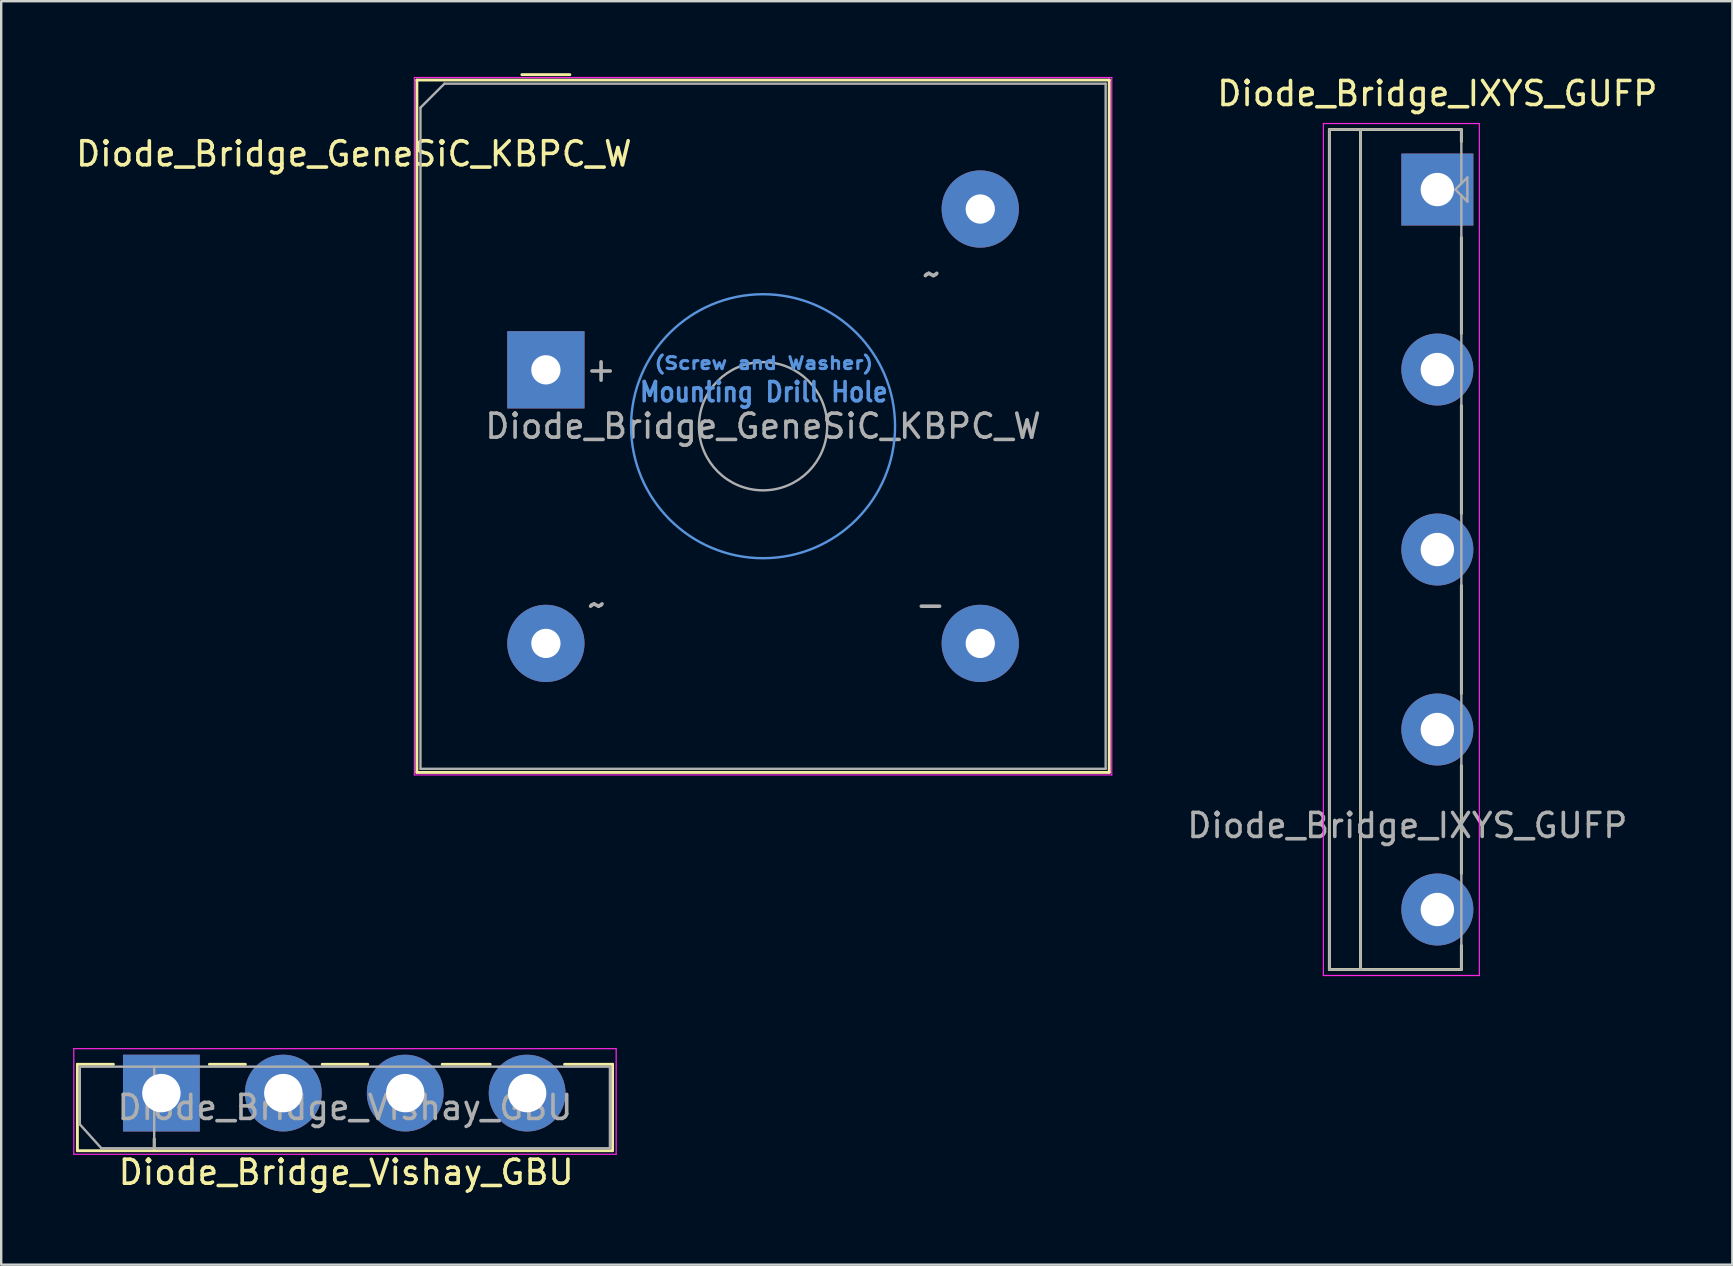
<source format=kicad_pcb>
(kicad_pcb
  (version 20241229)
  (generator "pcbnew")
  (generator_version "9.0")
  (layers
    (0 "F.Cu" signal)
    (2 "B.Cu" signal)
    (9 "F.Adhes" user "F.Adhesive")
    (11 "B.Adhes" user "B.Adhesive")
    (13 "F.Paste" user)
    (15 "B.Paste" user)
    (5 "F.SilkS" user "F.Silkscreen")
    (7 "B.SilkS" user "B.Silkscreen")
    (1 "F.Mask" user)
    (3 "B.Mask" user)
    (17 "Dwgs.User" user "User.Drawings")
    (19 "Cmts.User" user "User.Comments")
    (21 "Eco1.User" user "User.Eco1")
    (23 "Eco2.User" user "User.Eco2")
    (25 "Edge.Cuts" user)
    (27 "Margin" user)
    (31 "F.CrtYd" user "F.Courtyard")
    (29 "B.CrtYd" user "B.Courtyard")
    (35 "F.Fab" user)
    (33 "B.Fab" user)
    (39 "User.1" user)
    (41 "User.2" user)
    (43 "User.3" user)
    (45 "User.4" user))
  (footprint "Diode_Bridge_GeneSiC_KBPC_W"
    (layer "F.Cu")
    (at 19.696 12.36)
    (property "Reference" "Diode_Bridge_GeneSiC_KBPC_W" (at -8 -9 0) (layer "F.SilkS") (effects (font (size 1 1) (thickness 0.15))))
    (attr through_hole)
    (fp_line (start -5.375 -12.075) (end 23.475 -12.075) (stroke (width 0.12) (type solid)) (layer "F.SilkS"))
    (fp_line (start -5.375 16.775) (end -5.375 -12.075) (stroke (width 0.12) (type solid)) (layer "F.SilkS"))
    (fp_line (start -1 -12.3) (end 1 -12.3) (stroke (width 0.12) (type solid)) (layer "F.SilkS"))
    (fp_line (start 23.475 -12.075) (end 23.475 16.775) (stroke (width 0.12) (type solid)) (layer "F.SilkS"))
    (fp_line (start 23.475 16.775) (end -5.375 16.775) (stroke (width 0.12) (type solid)) (layer "F.SilkS"))
    (fp_circle (center 9.05 2.35) (end 14.55 2.35) (stroke (width 0.1) (type solid)) (fill no) (layer "Cmts.User"))
    (fp_line (start -5.48 -12.18) (end 23.58 -12.18) (stroke (width 0.05) (type solid)) (layer "F.CrtYd"))
    (fp_line (start -5.48 16.88) (end -5.48 -12.18) (stroke (width 0.05) (type solid)) (layer "F.CrtYd"))
    (fp_line (start 23.58 -12.18) (end 23.58 16.88) (stroke (width 0.05) (type solid)) (layer "F.CrtYd"))
    (fp_line (start 23.58 16.88) (end -5.48 16.88) (stroke (width 0.05) (type solid)) (layer "F.CrtYd"))
    (fp_line (start -5.225 16.625) (end -5.225 -10.925) (stroke (width 0.1) (type solid)) (layer "F.Fab"))
    (fp_line (start -5.225 16.625) (end 23.325 16.625) (stroke (width 0.1) (type solid)) (layer "F.Fab"))
    (fp_line (start -4.225 -11.925) (end -5.225 -10.925) (stroke (width 0.1) (type solid)) (layer "F.Fab"))
    (fp_line (start -4.225 -11.925) (end 23.325 -11.925) (stroke (width 0.1) (type solid)) (layer "F.Fab"))
    (fp_line (start 23.325 -11.925) (end 23.325 16.625) (stroke (width 0.1) (type solid)) (layer "F.Fab"))
    (fp_circle (center 9.05 2.35) (end 11.722 2.35) (stroke (width 0.1) (type solid)) (fill no) (layer "F.Fab"))
    (fp_text user "(Screw and Washer)" (at 9.083 -0.275 0) (unlocked yes) (layer "Cmts.User") (effects (font (size 0.5 0.6) (thickness 0.125))))
    (fp_text user "Mounting Drill Hole" (at 9.083 0.925 0) (unlocked yes) (layer "Cmts.User") (effects (font (size 0.8 0.7) (thickness 0.15))))
    (fp_text user "~" (at 16.075 -4 0) (unlocked yes) (layer "F.Fab") (effects (font (size 1 1) (thickness 0.15))))
    (fp_text user "+" (at 2.3 -0.025 0) (unlocked yes) (layer "F.Fab") (effects (font (size 1 1) (thickness 0.15))))
    (fp_text user "~" (at 2.125 9.775 0) (unlocked yes) (layer "F.Fab") (effects (font (size 1 1) (thickness 0.15))))
    (fp_text user "${REFERENCE}" (at 9.05 2.35 0) (layer "F.Fab") (effects (font (size 1 1) (thickness 0.15))))
    (fp_text user "-" (at 16.025 9.775 0) (unlocked yes) (layer "F.Fab") (effects (font (size 1 1) (thickness 0.15))))
    (pad "1" thru_hole rect (at 0 0 180) (size 3.22 3.22) (drill 1.22) (layers "*.Cu" "*.Mask"))
    (pad "2" thru_hole circle (at 18.1 -6.7 180) (size 3.22 3.22) (drill 1.22) (layers "*.Cu" "*.Mask"))
    (pad "3" thru_hole circle (at 18.1 11.4 270) (size 3.22 3.22) (drill 1.22) (layers "*.Cu" "*.Mask"))
    (pad "4" thru_hole circle (at 0 11.4 180) (size 3.22 3.22) (drill 1.22) (layers "*.Cu" "*.Mask")))
  (footprint "Diode_Bridge_IXYS_GUFP"
    (layer "F.Cu")
    (at 56.843 4.848)
    (property "Reference" "Diode_Bridge_IXYS_GUFP" (at 0 -4 0) (layer "F.SilkS") (effects (font (size 1 1) (thickness 0.15))))
    (attr through_hole)
    (fp_line (start -4.5 -2.5) (end -4.5 32.5) (stroke (width 0.12) (type solid)) (layer "F.SilkS"))
    (fp_line (start -3.2 -2.5) (end -3.2 32.5) (stroke (width 0.12) (type solid)) (layer "F.SilkS"))
    (fp_line (start 1 -2.5) (end -4.5 -2.5) (stroke (width 0.12) (type solid)) (layer "F.SilkS"))
    (fp_line (start 1 -2.5) (end 1 -2) (stroke (width 0.12) (type solid)) (layer "F.SilkS"))
    (fp_line (start 1 2) (end 1 6) (stroke (width 0.12) (type solid)) (layer "F.SilkS"))
    (fp_line (start 1 9) (end 1 13.5) (stroke (width 0.12) (type solid)) (layer "F.SilkS"))
    (fp_line (start 1 16.5) (end 1 21) (stroke (width 0.12) (type solid)) (layer "F.SilkS"))
    (fp_line (start 1 24) (end 1 28.5) (stroke (width 0.12) (type solid)) (layer "F.SilkS"))
    (fp_line (start 1 31.5) (end 1 32.5) (stroke (width 0.12) (type solid)) (layer "F.SilkS"))
    (fp_line (start 1 32.5) (end -4.5 32.5) (stroke (width 0.12) (type solid)) (layer "F.SilkS"))
    (fp_line (start -4.75 -2.75) (end -4.75 32.75) (stroke (width 0.05) (type solid)) (layer "F.CrtYd"))
    (fp_line (start -4.75 32.75) (end 1.75 32.75) (stroke (width 0.05) (type solid)) (layer "F.CrtYd"))
    (fp_line (start 1.75 -2.75) (end -4.75 -2.75) (stroke (width 0.05) (type solid)) (layer "F.CrtYd"))
    (fp_line (start 1.75 32.75) (end 1.75 -2.75) (stroke (width 0.05) (type solid)) (layer "F.CrtYd"))
    (fp_line (start -4.5 -2.5) (end -4.5 32.5) (stroke (width 0.1) (type solid)) (layer "F.Fab"))
    (fp_line (start -4.5 32.5) (end 1 32.5) (stroke (width 0.1) (type solid)) (layer "F.Fab"))
    (fp_line (start -3.2 32.5) (end -3.2 -2.5) (stroke (width 0.1) (type solid)) (layer "F.Fab"))
    (fp_line (start 0.75 0) (end 1.25 -0.5) (stroke (width 0.1) (type solid)) (layer "F.Fab"))
    (fp_line (start 1 -2.5) (end -4.5 -2.5) (stroke (width 0.1) (type solid)) (layer "F.Fab"))
    (fp_line (start 1 -0.25) (end 1 -2.5) (stroke (width 0.1) (type solid)) (layer "F.Fab"))
    (fp_line (start 1 0.25) (end 1 32.5) (stroke (width 0.1) (type solid)) (layer "F.Fab"))
    (fp_line (start 1.25 -0.5) (end 1.25 0.5) (stroke (width 0.1) (type solid)) (layer "F.Fab"))
    (fp_line (start 1.25 0.5) (end 0.75 0) (stroke (width 0.1) (type solid)) (layer "F.Fab"))
    (fp_text user "${REFERENCE}" (at -1.25 26.5 0) (layer "F.Fab") (effects (font (size 1 1) (thickness 0.15))))
    (pad "1" thru_hole rect (at 0 0) (size 3 3) (drill 1.39) (layers "*.Cu" "*.Mask"))
    (pad "2" thru_hole circle (at 0 7.5) (size 3 3) (drill 1.39) (layers "*.Cu" "*.Mask"))
    (pad "3" thru_hole circle (at 0 15) (size 3 3) (drill 1.39) (layers "*.Cu" "*.Mask"))
    (pad "4" thru_hole circle (at 0 22.5) (size 3 3) (drill 1.39) (layers "*.Cu" "*.Mask"))
    (pad "5" thru_hole circle (at 0 30) (size 3 3) (drill 1.39) (layers "*.Cu" "*.Mask")))
  (footprint "Diode_Bridge_Vishay_GBU"
    (layer "F.Cu")
    (at 3.675 42.498)
    (property "Reference" "Diode_Bridge_Vishay_GBU" (at 7.7 3.3 180) (layer "F.SilkS") (effects (font (size 1 1) (thickness 0.15))))
    (attr through_hole)
    (fp_line (start -3.5 -1.2) (end -2 -1.2) (stroke (width 0.12) (type solid)) (layer "F.SilkS"))
    (fp_line (start -3.5 2.4) (end -3.5 -1.2) (stroke (width 0.12) (type solid)) (layer "F.SilkS"))
    (fp_line (start -0.3 2.4) (end -0.3 1.9) (stroke (width 0.12) (type solid)) (layer "F.SilkS"))
    (fp_line (start 2 -1.2) (end 3.5 -1.2) (stroke (width 0.12) (type solid)) (layer "F.SilkS"))
    (fp_line (start 6.7 -1.2) (end 8.6 -1.2) (stroke (width 0.12) (type solid)) (layer "F.SilkS"))
    (fp_line (start 11.7 -1.2) (end 13.7 -1.2) (stroke (width 0.12) (type solid)) (layer "F.SilkS"))
    (fp_line (start 16.8 -1.2) (end 18.8 -1.2) (stroke (width 0.12) (type solid)) (layer "F.SilkS"))
    (fp_line (start 18.8 -1.2) (end 18.8 2.4) (stroke (width 0.12) (type solid)) (layer "F.SilkS"))
    (fp_line (start 18.8 2.4) (end -3.5 2.4) (stroke (width 0.12) (type solid)) (layer "F.SilkS"))
    (fp_line (start -3.65 2.55) (end -3.65 -1.85) (stroke (width 0.05) (type solid)) (layer "F.CrtYd"))
    (fp_line (start -3.65 2.55) (end 18.95 2.55) (stroke (width 0.05) (type solid)) (layer "F.CrtYd"))
    (fp_line (start 18.95 -1.85) (end -3.65 -1.85) (stroke (width 0.05) (type solid)) (layer "F.CrtYd"))
    (fp_line (start 18.95 -1.85) (end 18.95 2.55) (stroke (width 0.05) (type solid)) (layer "F.CrtYd"))
    (fp_line (start -3.4 -1.1) (end 18.7 -1.1) (stroke (width 0.1) (type solid)) (layer "F.Fab"))
    (fp_line (start -3.4 1.3) (end -3.4 -1.1) (stroke (width 0.1) (type solid)) (layer "F.Fab"))
    (fp_line (start -2.5 2.3) (end -3.4 1.3) (stroke (width 0.1) (type solid)) (layer "F.Fab"))
    (fp_line (start -0.3 2.3) (end -0.3 -1.1) (stroke (width 0.1) (type solid)) (layer "F.Fab"))
    (fp_line (start 18.7 -1.1) (end 18.7 2.3) (stroke (width 0.12) (type solid)) (layer "F.Fab"))
    (fp_line (start 18.7 2.3) (end -2.5 2.3) (stroke (width 0.1) (type solid)) (layer "F.Fab"))
    (fp_text user "${REFERENCE}" (at 7.65 0.6 180) (layer "F.Fab") (effects (font (size 1 1) (thickness 0.15))))
    (pad "1" thru_hole rect (at 0 0) (size 3.2 3.2) (drill 1.6) (layers "*.Cu" "*.Mask"))
    (pad "2" thru_hole circle (at 5.08 0) (size 3.2 3.2) (drill 1.6) (layers "*.Cu" "*.Mask"))
    (pad "3" thru_hole circle (at 10.16 0) (size 3.2 3.2) (drill 1.6) (layers "*.Cu" "*.Mask"))
    (pad "4" thru_hole circle (at 15.24 0) (size 3.2 3.2) (drill 1.6) (layers "*.Cu" "*.Mask")))
  (gr_rect
    (start -3 -3)
    (end 69.135 49.647)
    (stroke (width 0.1) (type default))
    (fill no)
    (layer "Edge.Cuts")))
</source>
